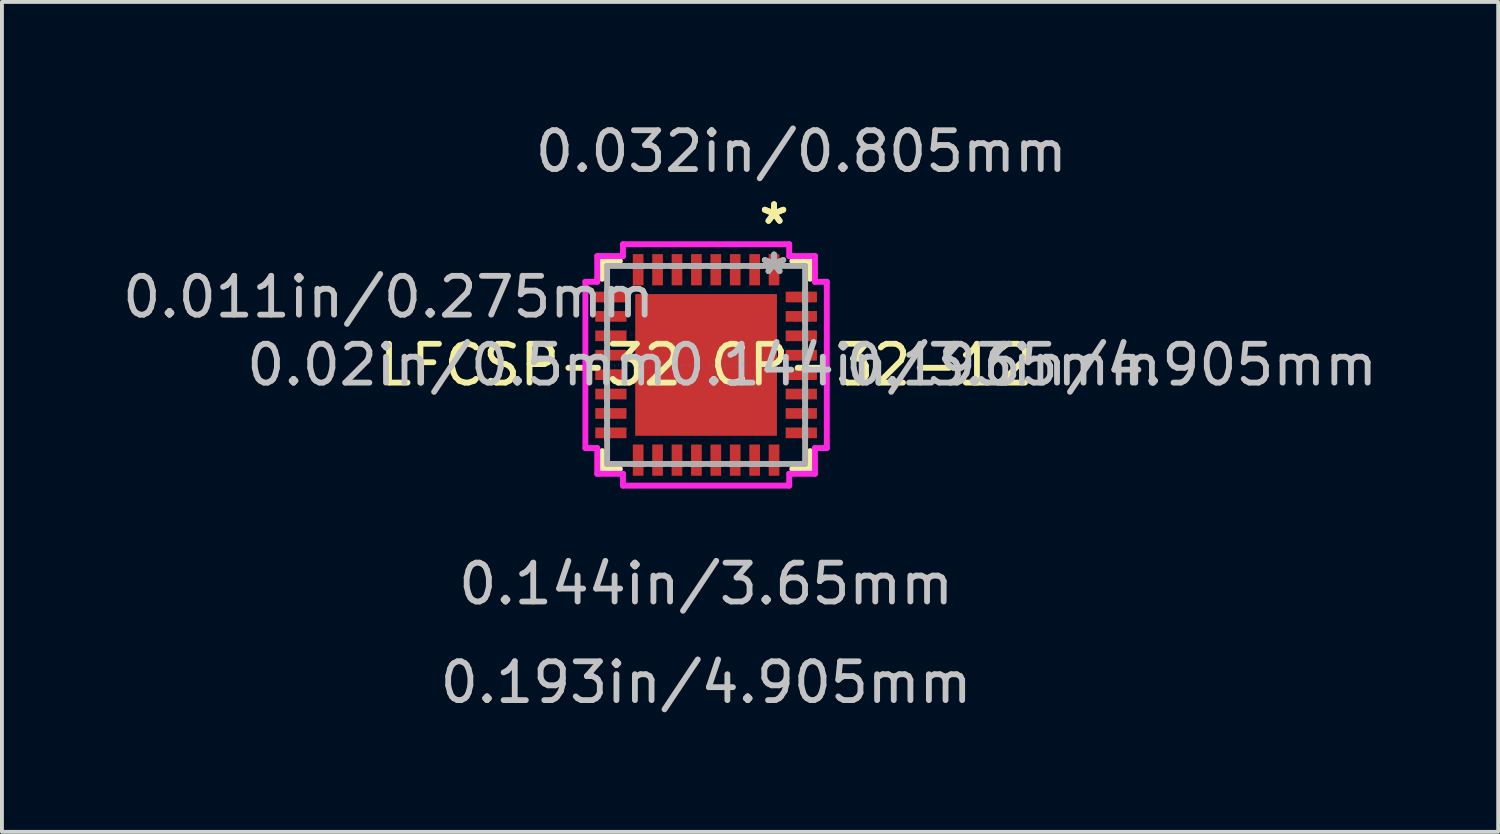
<source format=kicad_pcb>
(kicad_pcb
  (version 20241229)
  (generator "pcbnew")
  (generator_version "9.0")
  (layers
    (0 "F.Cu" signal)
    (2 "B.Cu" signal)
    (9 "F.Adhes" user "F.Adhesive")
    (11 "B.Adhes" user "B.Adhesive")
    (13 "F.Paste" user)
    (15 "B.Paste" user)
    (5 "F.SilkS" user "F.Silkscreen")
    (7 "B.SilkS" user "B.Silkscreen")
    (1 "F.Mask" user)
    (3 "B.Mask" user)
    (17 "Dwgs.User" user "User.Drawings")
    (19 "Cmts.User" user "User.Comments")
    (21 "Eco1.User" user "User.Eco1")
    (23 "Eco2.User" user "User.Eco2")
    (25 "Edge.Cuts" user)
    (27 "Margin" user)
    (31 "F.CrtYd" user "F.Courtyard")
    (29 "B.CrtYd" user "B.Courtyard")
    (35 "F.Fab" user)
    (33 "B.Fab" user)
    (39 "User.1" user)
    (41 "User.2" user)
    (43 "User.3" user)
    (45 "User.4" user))
  (footprint "LFCSP-32 CP-32-12"
    (layer "F.Cu")
    (at 15.136 6.349)
    (property "Reference" "LFCSP-32 CP-32-12" (at 0 0 0) (layer "F.SilkS") (effects (font (size 1 1) (thickness 0.15))))
    (attr through_hole)
    (fp_line (start -2.677 -2.677) (end -2.677 -2.22) (stroke (width 0.152) (type solid)) (layer "F.SilkS"))
    (fp_line (start -2.677 2.22) (end -2.677 2.677) (stroke (width 0.152) (type solid)) (layer "F.SilkS"))
    (fp_line (start -2.677 2.677) (end -2.22 2.677) (stroke (width 0.152) (type solid)) (layer "F.SilkS"))
    (fp_line (start -2.22 -2.677) (end -2.677 -2.677) (stroke (width 0.152) (type solid)) (layer "F.SilkS"))
    (fp_line (start 2.22 2.677) (end 2.677 2.677) (stroke (width 0.152) (type solid)) (layer "F.SilkS"))
    (fp_line (start 2.677 -2.677) (end 2.22 -2.677) (stroke (width 0.152) (type solid)) (layer "F.SilkS"))
    (fp_line (start 2.677 -2.22) (end 2.677 -2.677) (stroke (width 0.152) (type solid)) (layer "F.SilkS"))
    (fp_line (start 2.677 2.677) (end 2.677 2.22) (stroke (width 0.152) (type solid)) (layer "F.SilkS"))
    (fp_line (start -1.725 -1.725) (end -1.725 -0.1) (stroke (width 0.152) (type solid)) (layer "F.Paste"))
    (fp_line (start -1.725 -0.1) (end -0.1 -0.1) (stroke (width 0.152) (type solid)) (layer "F.Paste"))
    (fp_line (start -1.725 0.1) (end -1.725 1.725) (stroke (width 0.152) (type solid)) (layer "F.Paste"))
    (fp_line (start -1.725 1.725) (end -0.1 1.725) (stroke (width 0.152) (type solid)) (layer "F.Paste"))
    (fp_line (start -0.1 -1.725) (end -1.725 -1.725) (stroke (width 0.152) (type solid)) (layer "F.Paste"))
    (fp_line (start -0.1 -0.1) (end -0.1 -1.725) (stroke (width 0.152) (type solid)) (layer "F.Paste"))
    (fp_line (start -0.1 0.1) (end -1.725 0.1) (stroke (width 0.152) (type solid)) (layer "F.Paste"))
    (fp_line (start -0.1 1.725) (end -0.1 0.1) (stroke (width 0.152) (type solid)) (layer "F.Paste"))
    (fp_line (start 0.1 -1.725) (end 0.1 -0.1) (stroke (width 0.152) (type solid)) (layer "F.Paste"))
    (fp_line (start 0.1 -0.1) (end 1.725 -0.1) (stroke (width 0.152) (type solid)) (layer "F.Paste"))
    (fp_line (start 0.1 0.1) (end 0.1 1.725) (stroke (width 0.152) (type solid)) (layer "F.Paste"))
    (fp_line (start 0.1 1.725) (end 1.725 1.725) (stroke (width 0.152) (type solid)) (layer "F.Paste"))
    (fp_line (start 1.725 -1.725) (end 0.1 -1.725) (stroke (width 0.152) (type solid)) (layer "F.Paste"))
    (fp_line (start 1.725 -0.1) (end 1.725 -1.725) (stroke (width 0.152) (type solid)) (layer "F.Paste"))
    (fp_line (start 1.725 0.1) (end 0.1 0.1) (stroke (width 0.152) (type solid)) (layer "F.Paste"))
    (fp_line (start 1.725 1.725) (end 1.725 0.1) (stroke (width 0.152) (type solid)) (layer "F.Paste"))
    (fp_line (start -3.109 -2.141) (end -2.804 -2.141) (stroke (width 0.152) (type solid)) (layer "F.CrtYd"))
    (fp_line (start -3.109 2.141) (end -3.109 -2.141) (stroke (width 0.152) (type solid)) (layer "F.CrtYd"))
    (fp_line (start -2.804 -2.804) (end -2.141 -2.804) (stroke (width 0.152) (type solid)) (layer "F.CrtYd"))
    (fp_line (start -2.804 -2.141) (end -2.804 -2.804) (stroke (width 0.152) (type solid)) (layer "F.CrtYd"))
    (fp_line (start -2.804 2.141) (end -3.109 2.141) (stroke (width 0.152) (type solid)) (layer "F.CrtYd"))
    (fp_line (start -2.804 2.804) (end -2.804 2.141) (stroke (width 0.152) (type solid)) (layer "F.CrtYd"))
    (fp_line (start -2.141 -3.109) (end 2.141 -3.109) (stroke (width 0.152) (type solid)) (layer "F.CrtYd"))
    (fp_line (start -2.141 -2.804) (end -2.141 -3.109) (stroke (width 0.152) (type solid)) (layer "F.CrtYd"))
    (fp_line (start -2.141 2.804) (end -2.804 2.804) (stroke (width 0.152) (type solid)) (layer "F.CrtYd"))
    (fp_line (start -2.141 3.109) (end -2.141 2.804) (stroke (width 0.152) (type solid)) (layer "F.CrtYd"))
    (fp_line (start 2.141 -3.109) (end 2.141 -2.804) (stroke (width 0.152) (type solid)) (layer "F.CrtYd"))
    (fp_line (start 2.141 -2.804) (end 2.804 -2.804) (stroke (width 0.152) (type solid)) (layer "F.CrtYd"))
    (fp_line (start 2.141 2.804) (end 2.141 3.109) (stroke (width 0.152) (type solid)) (layer "F.CrtYd"))
    (fp_line (start 2.141 3.109) (end -2.141 3.109) (stroke (width 0.152) (type solid)) (layer "F.CrtYd"))
    (fp_line (start 2.804 -2.804) (end 2.804 -2.141) (stroke (width 0.152) (type solid)) (layer "F.CrtYd"))
    (fp_line (start 2.804 -2.141) (end 3.109 -2.141) (stroke (width 0.152) (type solid)) (layer "F.CrtYd"))
    (fp_line (start 2.804 2.141) (end 2.804 2.804) (stroke (width 0.152) (type solid)) (layer "F.CrtYd"))
    (fp_line (start 2.804 2.804) (end 2.141 2.804) (stroke (width 0.152) (type solid)) (layer "F.CrtYd"))
    (fp_line (start 3.109 -2.141) (end 3.109 2.141) (stroke (width 0.152) (type solid)) (layer "F.CrtYd"))
    (fp_line (start 3.109 2.141) (end 2.804 2.141) (stroke (width 0.152) (type solid)) (layer "F.CrtYd"))
    (fp_line (start -2.55 -2.55) (end -2.55 2.55) (stroke (width 0.152) (type solid)) (layer "F.Fab"))
    (fp_line (start -2.55 -1.9) (end -2.55 -1.9) (stroke (width 0.152) (type solid)) (layer "F.Fab"))
    (fp_line (start -2.55 -1.9) (end -2.55 -1.6) (stroke (width 0.152) (type solid)) (layer "F.Fab"))
    (fp_line (start -2.55 -1.6) (end -2.55 -1.9) (stroke (width 0.152) (type solid)) (layer "F.Fab"))
    (fp_line (start -2.55 -1.6) (end -2.55 -1.6) (stroke (width 0.152) (type solid)) (layer "F.Fab"))
    (fp_line (start -2.55 -1.4) (end -2.55 -1.4) (stroke (width 0.152) (type solid)) (layer "F.Fab"))
    (fp_line (start -2.55 -1.4) (end -2.55 -1.1) (stroke (width 0.152) (type solid)) (layer "F.Fab"))
    (fp_line (start -2.55 -1.1) (end -2.55 -1.4) (stroke (width 0.152) (type solid)) (layer "F.Fab"))
    (fp_line (start -2.55 -1.1) (end -2.55 -1.1) (stroke (width 0.152) (type solid)) (layer "F.Fab"))
    (fp_line (start -2.55 -0.9) (end -2.55 -0.9) (stroke (width 0.152) (type solid)) (layer "F.Fab"))
    (fp_line (start -2.55 -0.9) (end -2.55 -0.6) (stroke (width 0.152) (type solid)) (layer "F.Fab"))
    (fp_line (start -2.55 -0.6) (end -2.55 -0.9) (stroke (width 0.152) (type solid)) (layer "F.Fab"))
    (fp_line (start -2.55 -0.6) (end -2.55 -0.6) (stroke (width 0.152) (type solid)) (layer "F.Fab"))
    (fp_line (start -2.55 -0.4) (end -2.55 -0.4) (stroke (width 0.152) (type solid)) (layer "F.Fab"))
    (fp_line (start -2.55 -0.4) (end -2.55 -0.1) (stroke (width 0.152) (type solid)) (layer "F.Fab"))
    (fp_line (start -2.55 -0.1) (end -2.55 -0.4) (stroke (width 0.152) (type solid)) (layer "F.Fab"))
    (fp_line (start -2.55 -0.1) (end -2.55 -0.1) (stroke (width 0.152) (type solid)) (layer "F.Fab"))
    (fp_line (start -2.55 0.1) (end -2.55 0.1) (stroke (width 0.152) (type solid)) (layer "F.Fab"))
    (fp_line (start -2.55 0.1) (end -2.55 0.4) (stroke (width 0.152) (type solid)) (layer "F.Fab"))
    (fp_line (start -2.55 0.4) (end -2.55 0.1) (stroke (width 0.152) (type solid)) (layer "F.Fab"))
    (fp_line (start -2.55 0.4) (end -2.55 0.4) (stroke (width 0.152) (type solid)) (layer "F.Fab"))
    (fp_line (start -2.55 0.6) (end -2.55 0.6) (stroke (width 0.152) (type solid)) (layer "F.Fab"))
    (fp_line (start -2.55 0.6) (end -2.55 0.9) (stroke (width 0.152) (type solid)) (layer "F.Fab"))
    (fp_line (start -2.55 0.9) (end -2.55 0.6) (stroke (width 0.152) (type solid)) (layer "F.Fab"))
    (fp_line (start -2.55 0.9) (end -2.55 0.9) (stroke (width 0.152) (type solid)) (layer "F.Fab"))
    (fp_line (start -2.55 1.1) (end -2.55 1.1) (stroke (width 0.152) (type solid)) (layer "F.Fab"))
    (fp_line (start -2.55 1.1) (end -2.55 1.4) (stroke (width 0.152) (type solid)) (layer "F.Fab"))
    (fp_line (start -2.55 1.4) (end -2.55 1.1) (stroke (width 0.152) (type solid)) (layer "F.Fab"))
    (fp_line (start -2.55 1.4) (end -2.55 1.4) (stroke (width 0.152) (type solid)) (layer "F.Fab"))
    (fp_line (start -2.55 1.6) (end -2.55 1.6) (stroke (width 0.152) (type solid)) (layer "F.Fab"))
    (fp_line (start -2.55 1.6) (end -2.55 1.9) (stroke (width 0.152) (type solid)) (layer "F.Fab"))
    (fp_line (start -2.55 1.9) (end -2.55 1.6) (stroke (width 0.152) (type solid)) (layer "F.Fab"))
    (fp_line (start -2.55 1.9) (end -2.55 1.9) (stroke (width 0.152) (type solid)) (layer "F.Fab"))
    (fp_line (start -2.55 2.55) (end 2.55 2.55) (stroke (width 0.152) (type solid)) (layer "F.Fab"))
    (fp_line (start -1.9 -2.55) (end -1.9 -2.55) (stroke (width 0.152) (type solid)) (layer "F.Fab"))
    (fp_line (start -1.9 -2.55) (end -1.6 -2.55) (stroke (width 0.152) (type solid)) (layer "F.Fab"))
    (fp_line (start -1.9 2.55) (end -1.9 2.55) (stroke (width 0.152) (type solid)) (layer "F.Fab"))
    (fp_line (start -1.9 2.55) (end -1.6 2.55) (stroke (width 0.152) (type solid)) (layer "F.Fab"))
    (fp_line (start -1.6 -2.55) (end -1.9 -2.55) (stroke (width 0.152) (type solid)) (layer "F.Fab"))
    (fp_line (start -1.6 -2.55) (end -1.6 -2.55) (stroke (width 0.152) (type solid)) (layer "F.Fab"))
    (fp_line (start -1.6 2.55) (end -1.9 2.55) (stroke (width 0.152) (type solid)) (layer "F.Fab"))
    (fp_line (start -1.6 2.55) (end -1.6 2.55) (stroke (width 0.152) (type solid)) (layer "F.Fab"))
    (fp_line (start -1.4 -2.55) (end -1.4 -2.55) (stroke (width 0.152) (type solid)) (layer "F.Fab"))
    (fp_line (start -1.4 -2.55) (end -1.1 -2.55) (stroke (width 0.152) (type solid)) (layer "F.Fab"))
    (fp_line (start -1.4 2.55) (end -1.4 2.55) (stroke (width 0.152) (type solid)) (layer "F.Fab"))
    (fp_line (start -1.4 2.55) (end -1.1 2.55) (stroke (width 0.152) (type solid)) (layer "F.Fab"))
    (fp_line (start -1.1 -2.55) (end -1.4 -2.55) (stroke (width 0.152) (type solid)) (layer "F.Fab"))
    (fp_line (start -1.1 -2.55) (end -1.1 -2.55) (stroke (width 0.152) (type solid)) (layer "F.Fab"))
    (fp_line (start -1.1 2.55) (end -1.4 2.55) (stroke (width 0.152) (type solid)) (layer "F.Fab"))
    (fp_line (start -1.1 2.55) (end -1.1 2.55) (stroke (width 0.152) (type solid)) (layer "F.Fab"))
    (fp_line (start -0.9 -2.55) (end -0.9 -2.55) (stroke (width 0.152) (type solid)) (layer "F.Fab"))
    (fp_line (start -0.9 -2.55) (end -0.6 -2.55) (stroke (width 0.152) (type solid)) (layer "F.Fab"))
    (fp_line (start -0.9 2.55) (end -0.9 2.55) (stroke (width 0.152) (type solid)) (layer "F.Fab"))
    (fp_line (start -0.9 2.55) (end -0.6 2.55) (stroke (width 0.152) (type solid)) (layer "F.Fab"))
    (fp_line (start -0.6 -2.55) (end -0.9 -2.55) (stroke (width 0.152) (type solid)) (layer "F.Fab"))
    (fp_line (start -0.6 -2.55) (end -0.6 -2.55) (stroke (width 0.152) (type solid)) (layer "F.Fab"))
    (fp_line (start -0.6 2.55) (end -0.9 2.55) (stroke (width 0.152) (type solid)) (layer "F.Fab"))
    (fp_line (start -0.6 2.55) (end -0.6 2.55) (stroke (width 0.152) (type solid)) (layer "F.Fab"))
    (fp_line (start -0.4 -2.55) (end -0.4 -2.55) (stroke (width 0.152) (type solid)) (layer "F.Fab"))
    (fp_line (start -0.4 -2.55) (end -0.1 -2.55) (stroke (width 0.152) (type solid)) (layer "F.Fab"))
    (fp_line (start -0.4 2.55) (end -0.4 2.55) (stroke (width 0.152) (type solid)) (layer "F.Fab"))
    (fp_line (start -0.4 2.55) (end -0.1 2.55) (stroke (width 0.152) (type solid)) (layer "F.Fab"))
    (fp_line (start -0.1 -2.55) (end -0.4 -2.55) (stroke (width 0.152) (type solid)) (layer "F.Fab"))
    (fp_line (start -0.1 -2.55) (end -0.1 -2.55) (stroke (width 0.152) (type solid)) (layer "F.Fab"))
    (fp_line (start -0.1 2.55) (end -0.4 2.55) (stroke (width 0.152) (type solid)) (layer "F.Fab"))
    (fp_line (start -0.1 2.55) (end -0.1 2.55) (stroke (width 0.152) (type solid)) (layer "F.Fab"))
    (fp_line (start 0.1 -2.55) (end 0.1 -2.55) (stroke (width 0.152) (type solid)) (layer "F.Fab"))
    (fp_line (start 0.1 -2.55) (end 0.4 -2.55) (stroke (width 0.152) (type solid)) (layer "F.Fab"))
    (fp_line (start 0.1 2.55) (end 0.1 2.55) (stroke (width 0.152) (type solid)) (layer "F.Fab"))
    (fp_line (start 0.1 2.55) (end 0.4 2.55) (stroke (width 0.152) (type solid)) (layer "F.Fab"))
    (fp_line (start 0.4 -2.55) (end 0.1 -2.55) (stroke (width 0.152) (type solid)) (layer "F.Fab"))
    (fp_line (start 0.4 -2.55) (end 0.4 -2.55) (stroke (width 0.152) (type solid)) (layer "F.Fab"))
    (fp_line (start 0.4 2.55) (end 0.1 2.55) (stroke (width 0.152) (type solid)) (layer "F.Fab"))
    (fp_line (start 0.4 2.55) (end 0.4 2.55) (stroke (width 0.152) (type solid)) (layer "F.Fab"))
    (fp_line (start 0.6 -2.55) (end 0.6 -2.55) (stroke (width 0.152) (type solid)) (layer "F.Fab"))
    (fp_line (start 0.6 -2.55) (end 0.9 -2.55) (stroke (width 0.152) (type solid)) (layer "F.Fab"))
    (fp_line (start 0.6 2.55) (end 0.6 2.55) (stroke (width 0.152) (type solid)) (layer "F.Fab"))
    (fp_line (start 0.6 2.55) (end 0.9 2.55) (stroke (width 0.152) (type solid)) (layer "F.Fab"))
    (fp_line (start 0.9 -2.55) (end 0.6 -2.55) (stroke (width 0.152) (type solid)) (layer "F.Fab"))
    (fp_line (start 0.9 -2.55) (end 0.9 -2.55) (stroke (width 0.152) (type solid)) (layer "F.Fab"))
    (fp_line (start 0.9 2.55) (end 0.6 2.55) (stroke (width 0.152) (type solid)) (layer "F.Fab"))
    (fp_line (start 0.9 2.55) (end 0.9 2.55) (stroke (width 0.152) (type solid)) (layer "F.Fab"))
    (fp_line (start 1.1 -2.55) (end 1.1 -2.55) (stroke (width 0.152) (type solid)) (layer "F.Fab"))
    (fp_line (start 1.1 -2.55) (end 1.4 -2.55) (stroke (width 0.152) (type solid)) (layer "F.Fab"))
    (fp_line (start 1.1 2.55) (end 1.1 2.55) (stroke (width 0.152) (type solid)) (layer "F.Fab"))
    (fp_line (start 1.1 2.55) (end 1.4 2.55) (stroke (width 0.152) (type solid)) (layer "F.Fab"))
    (fp_line (start 1.4 -2.55) (end 1.1 -2.55) (stroke (width 0.152) (type solid)) (layer "F.Fab"))
    (fp_line (start 1.4 -2.55) (end 1.4 -2.55) (stroke (width 0.152) (type solid)) (layer "F.Fab"))
    (fp_line (start 1.4 2.55) (end 1.1 2.55) (stroke (width 0.152) (type solid)) (layer "F.Fab"))
    (fp_line (start 1.4 2.55) (end 1.4 2.55) (stroke (width 0.152) (type solid)) (layer "F.Fab"))
    (fp_line (start 1.6 -2.55) (end 1.6 -2.55) (stroke (width 0.152) (type solid)) (layer "F.Fab"))
    (fp_line (start 1.6 -2.55) (end 1.9 -2.55) (stroke (width 0.152) (type solid)) (layer "F.Fab"))
    (fp_line (start 1.6 2.55) (end 1.6 2.55) (stroke (width 0.152) (type solid)) (layer "F.Fab"))
    (fp_line (start 1.6 2.55) (end 1.9 2.55) (stroke (width 0.152) (type solid)) (layer "F.Fab"))
    (fp_line (start 1.9 -2.55) (end 1.6 -2.55) (stroke (width 0.152) (type solid)) (layer "F.Fab"))
    (fp_line (start 1.9 -2.55) (end 1.9 -2.55) (stroke (width 0.152) (type solid)) (layer "F.Fab"))
    (fp_line (start 1.9 2.55) (end 1.6 2.55) (stroke (width 0.152) (type solid)) (layer "F.Fab"))
    (fp_line (start 1.9 2.55) (end 1.9 2.55) (stroke (width 0.152) (type solid)) (layer "F.Fab"))
    (fp_line (start 2.55 -2.55) (end -2.55 -2.55) (stroke (width 0.152) (type solid)) (layer "F.Fab"))
    (fp_line (start 2.55 -1.9) (end 2.55 -1.9) (stroke (width 0.152) (type solid)) (layer "F.Fab"))
    (fp_line (start 2.55 -1.9) (end 2.55 -1.6) (stroke (width 0.152) (type solid)) (layer "F.Fab"))
    (fp_line (start 2.55 -1.6) (end 2.55 -1.9) (stroke (width 0.152) (type solid)) (layer "F.Fab"))
    (fp_line (start 2.55 -1.6) (end 2.55 -1.6) (stroke (width 0.152) (type solid)) (layer "F.Fab"))
    (fp_line (start 2.55 -1.4) (end 2.55 -1.4) (stroke (width 0.152) (type solid)) (layer "F.Fab"))
    (fp_line (start 2.55 -1.4) (end 2.55 -1.1) (stroke (width 0.152) (type solid)) (layer "F.Fab"))
    (fp_line (start 2.55 -1.1) (end 2.55 -1.4) (stroke (width 0.152) (type solid)) (layer "F.Fab"))
    (fp_line (start 2.55 -1.1) (end 2.55 -1.1) (stroke (width 0.152) (type solid)) (layer "F.Fab"))
    (fp_line (start 2.55 -0.9) (end 2.55 -0.9) (stroke (width 0.152) (type solid)) (layer "F.Fab"))
    (fp_line (start 2.55 -0.9) (end 2.55 -0.6) (stroke (width 0.152) (type solid)) (layer "F.Fab"))
    (fp_line (start 2.55 -0.6) (end 2.55 -0.9) (stroke (width 0.152) (type solid)) (layer "F.Fab"))
    (fp_line (start 2.55 -0.6) (end 2.55 -0.6) (stroke (width 0.152) (type solid)) (layer "F.Fab"))
    (fp_line (start 2.55 -0.4) (end 2.55 -0.4) (stroke (width 0.152) (type solid)) (layer "F.Fab"))
    (fp_line (start 2.55 -0.4) (end 2.55 -0.1) (stroke (width 0.152) (type solid)) (layer "F.Fab"))
    (fp_line (start 2.55 -0.1) (end 2.55 -0.4) (stroke (width 0.152) (type solid)) (layer "F.Fab"))
    (fp_line (start 2.55 -0.1) (end 2.55 -0.1) (stroke (width 0.152) (type solid)) (layer "F.Fab"))
    (fp_line (start 2.55 0.1) (end 2.55 0.1) (stroke (width 0.152) (type solid)) (layer "F.Fab"))
    (fp_line (start 2.55 0.1) (end 2.55 0.4) (stroke (width 0.152) (type solid)) (layer "F.Fab"))
    (fp_line (start 2.55 0.4) (end 2.55 0.1) (stroke (width 0.152) (type solid)) (layer "F.Fab"))
    (fp_line (start 2.55 0.4) (end 2.55 0.4) (stroke (width 0.152) (type solid)) (layer "F.Fab"))
    (fp_line (start 2.55 0.6) (end 2.55 0.6) (stroke (width 0.152) (type solid)) (layer "F.Fab"))
    (fp_line (start 2.55 0.6) (end 2.55 0.9) (stroke (width 0.152) (type solid)) (layer "F.Fab"))
    (fp_line (start 2.55 0.9) (end 2.55 0.6) (stroke (width 0.152) (type solid)) (layer "F.Fab"))
    (fp_line (start 2.55 0.9) (end 2.55 0.9) (stroke (width 0.152) (type solid)) (layer "F.Fab"))
    (fp_line (start 2.55 1.1) (end 2.55 1.1) (stroke (width 0.152) (type solid)) (layer "F.Fab"))
    (fp_line (start 2.55 1.1) (end 2.55 1.4) (stroke (width 0.152) (type solid)) (layer "F.Fab"))
    (fp_line (start 2.55 1.4) (end 2.55 1.1) (stroke (width 0.152) (type solid)) (layer "F.Fab"))
    (fp_line (start 2.55 1.4) (end 2.55 1.4) (stroke (width 0.152) (type solid)) (layer "F.Fab"))
    (fp_line (start 2.55 1.6) (end 2.55 1.6) (stroke (width 0.152) (type solid)) (layer "F.Fab"))
    (fp_line (start 2.55 1.6) (end 2.55 1.9) (stroke (width 0.152) (type solid)) (layer "F.Fab"))
    (fp_line (start 2.55 1.9) (end 2.55 1.6) (stroke (width 0.152) (type solid)) (layer "F.Fab"))
    (fp_line (start 2.55 1.9) (end 2.55 1.9) (stroke (width 0.152) (type solid)) (layer "F.Fab"))
    (fp_line (start 2.55 2.55) (end 2.55 -2.55) (stroke (width 0.152) (type solid)) (layer "F.Fab"))
    (fp_text user "*" (at 1.75 -3.595 0) (layer "F.SilkS") (effects (font (size 1 1) (thickness 0.15))))
    (fp_text user "*" (at 1.75 -3.595 0) (layer "F.SilkS") (effects (font (size 1 1) (thickness 0.15))))
    (fp_text user "0.02in/0.5mm" (at -6.411 0 0) (layer "Dwgs.User") (effects (font (size 1 1) (thickness 0.15))))
    (fp_text user "0.144in/3.65mm" (at 0 5.638 0) (layer "Dwgs.User") (effects (font (size 1 1) (thickness 0.15))))
    (fp_text user "0.032in/0.805mm" (at 2.452 -5.5 0) (layer "Dwgs.User") (effects (font (size 1 1) (thickness 0.15))))
    (fp_text user "0.011in/0.275mm" (at -8.178 -1.75 0) (layer "Dwgs.User") (effects (font (size 1 1) (thickness 0.15))))
    (fp_text user "0.193in/4.905mm" (at 0 8.178 0) (layer "Dwgs.User") (effects (font (size 1 1) (thickness 0.15))))
    (fp_text user "0.193in/4.905mm" (at 10.443 0 0) (layer "Dwgs.User") (effects (font (size 1 1) (thickness 0.15))))
    (fp_text user "0.144in/3.65mm" (at 5.363 0 0) (layer "Dwgs.User") (effects (font (size 1 1) (thickness 0.15))))
    (fp_text user "Copyright 2016 Accelerated Designs. All rights reserved." (at 0 0 0) (layer "Cmts.User") (effects (font (size 0.127 0.127) (thickness 0.002))))
    (fp_text user "*" (at 1.75 -2.3 0) (layer "F.Fab") (effects (font (size 1 1) (thickness 0.15))))
    (fp_text user "*" (at 1.75 -2.3 0) (layer "F.Fab") (effects (font (size 1 1) (thickness 0.15))))
    (pad "1" smd rect (at 1.75 -2.452) (size 0.275 0.805) (layers "F.Cu" "F.Mask" "F.Paste"))
    (pad "2" smd rect (at 1.25 -2.452) (size 0.275 0.805) (layers "F.Cu" "F.Mask" "F.Paste"))
    (pad "3" smd rect (at 0.75 -2.452) (size 0.275 0.805) (layers "F.Cu" "F.Mask" "F.Paste"))
    (pad "4" smd rect (at 0.25 -2.452) (size 0.275 0.805) (layers "F.Cu" "F.Mask" "F.Paste"))
    (pad "5" smd rect (at -0.25 -2.452) (size 0.275 0.805) (layers "F.Cu" "F.Mask" "F.Paste"))
    (pad "6" smd rect (at -0.75 -2.452) (size 0.275 0.805) (layers "F.Cu" "F.Mask" "F.Paste"))
    (pad "7" smd rect (at -1.25 -2.452) (size 0.275 0.805) (layers "F.Cu" "F.Mask" "F.Paste"))
    (pad "8" smd rect (at -1.75 -2.452) (size 0.275 0.805) (layers "F.Cu" "F.Mask" "F.Paste"))
    (pad "9" smd rect (at -2.452 -1.75 90) (size 0.275 0.805) (layers "F.Cu" "F.Mask" "F.Paste"))
    (pad "10" smd rect (at -2.452 -1.25 90) (size 0.275 0.805) (layers "F.Cu" "F.Mask" "F.Paste"))
    (pad "11" smd rect (at -2.452 -0.75 90) (size 0.275 0.805) (layers "F.Cu" "F.Mask" "F.Paste"))
    (pad "12" smd rect (at -2.452 -0.25 90) (size 0.275 0.805) (layers "F.Cu" "F.Mask" "F.Paste"))
    (pad "13" smd rect (at -2.452 0.25 90) (size 0.275 0.805) (layers "F.Cu" "F.Mask" "F.Paste"))
    (pad "14" smd rect (at -2.452 0.75 90) (size 0.275 0.805) (layers "F.Cu" "F.Mask" "F.Paste"))
    (pad "15" smd rect (at -2.452 1.25 90) (size 0.275 0.805) (layers "F.Cu" "F.Mask" "F.Paste"))
    (pad "16" smd rect (at -2.452 1.75 90) (size 0.275 0.805) (layers "F.Cu" "F.Mask" "F.Paste"))
    (pad "17" smd rect (at -1.75 2.452) (size 0.275 0.805) (layers "F.Cu" "F.Mask" "F.Paste"))
    (pad "18" smd rect (at -1.25 2.452) (size 0.275 0.805) (layers "F.Cu" "F.Mask" "F.Paste"))
    (pad "19" smd rect (at -0.75 2.452) (size 0.275 0.805) (layers "F.Cu" "F.Mask" "F.Paste"))
    (pad "20" smd rect (at -0.25 2.452) (size 0.275 0.805) (layers "F.Cu" "F.Mask" "F.Paste"))
    (pad "21" smd rect (at 0.25 2.452) (size 0.275 0.805) (layers "F.Cu" "F.Mask" "F.Paste"))
    (pad "22" smd rect (at 0.75 2.452) (size 0.275 0.805) (layers "F.Cu" "F.Mask" "F.Paste"))
    (pad "23" smd rect (at 1.25 2.452) (size 0.275 0.805) (layers "F.Cu" "F.Mask" "F.Paste"))
    (pad "24" smd rect (at 1.75 2.452) (size 0.275 0.805) (layers "F.Cu" "F.Mask" "F.Paste"))
    (pad "25" smd rect (at 2.452 1.75 90) (size 0.275 0.805) (layers "F.Cu" "F.Mask" "F.Paste"))
    (pad "26" smd rect (at 2.452 1.25 90) (size 0.275 0.805) (layers "F.Cu" "F.Mask" "F.Paste"))
    (pad "27" smd rect (at 2.452 0.75 90) (size 0.275 0.805) (layers "F.Cu" "F.Mask" "F.Paste"))
    (pad "28" smd rect (at 2.452 0.25 90) (size 0.275 0.805) (layers "F.Cu" "F.Mask" "F.Paste"))
    (pad "29" smd rect (at 2.452 -0.25 90) (size 0.275 0.805) (layers "F.Cu" "F.Mask" "F.Paste"))
    (pad "30" smd rect (at 2.452 -0.75 90) (size 0.275 0.805) (layers "F.Cu" "F.Mask" "F.Paste"))
    (pad "31" smd rect (at 2.452 -1.25 90) (size 0.275 0.805) (layers "F.Cu" "F.Mask" "F.Paste"))
    (pad "32" smd rect (at 2.452 -1.75 90) (size 0.275 0.805) (layers "F.Cu" "F.Mask" "F.Paste"))
    (pad "HTAB" smd rect (at 0 0) (size 3.65 3.65) (layers "F.Cu" "F.Mask" "F.Paste")))
  (gr_rect
    (start -3 -3)
    (end 35.537 18.375)
    (stroke (width 0.1) (type default))
    (fill no)
    (layer "Edge.Cuts")))
</source>
